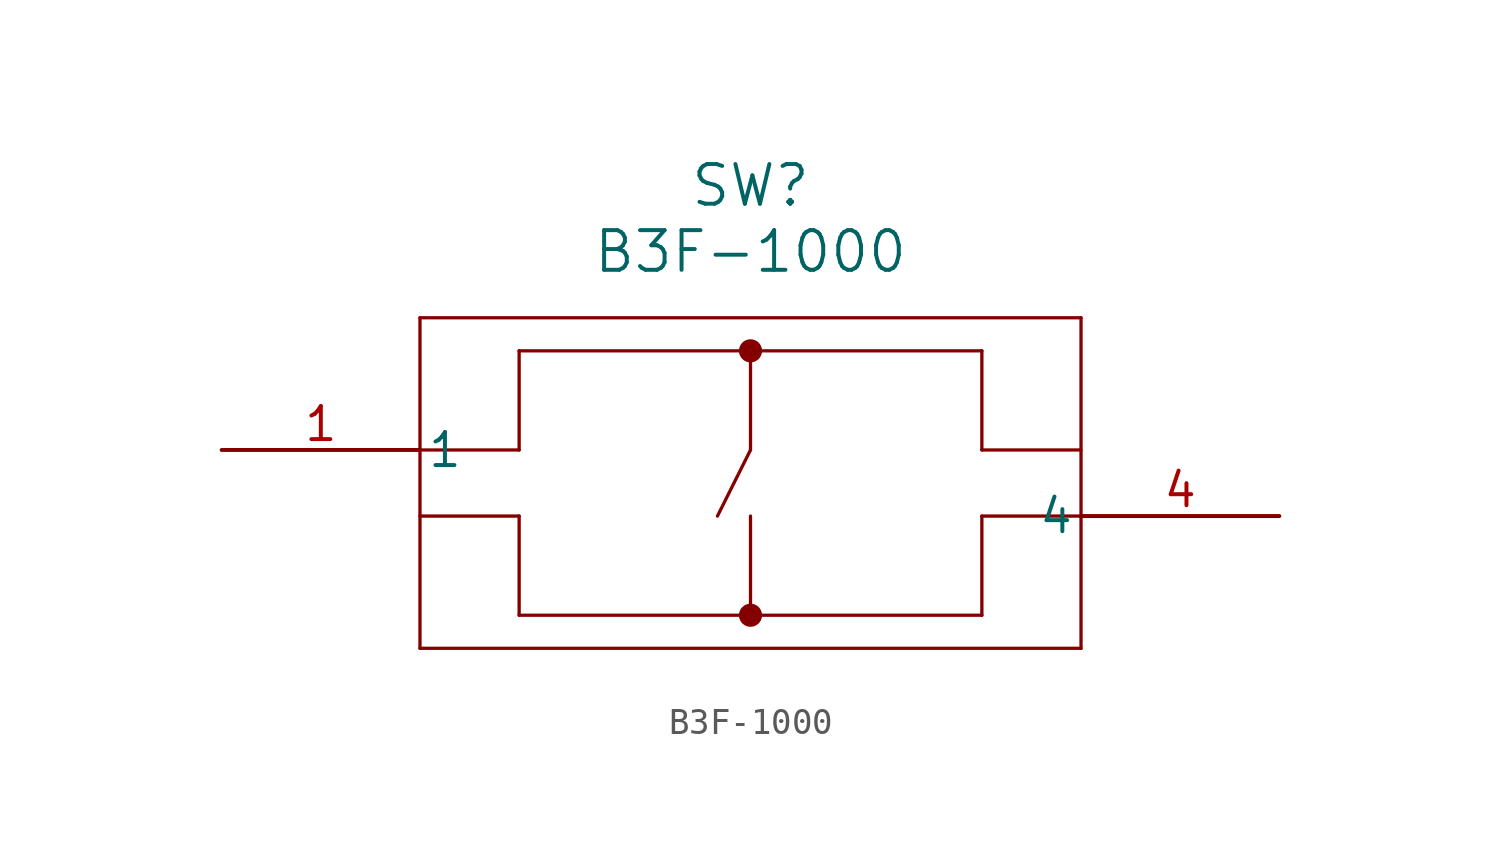
<source format=kicad_sym>
(kicad_symbol_lib
  (version 20211014)
  (generator kicad_symbol_editor)
  (symbol "B3F-1000"
    (pin_names
      (offset 0.254))
    (property "Reference" "SW"
      (at 20.32 10.16 0)
      (effects (font (size 1.524 1.524))))
    (property "Value" "B3F-1000"
      (at 20.32 7.62 0)
      (effects (font (size 1.524 1.524))))
    (symbol "B3F-1000_0_1"
      (polyline (pts (xy 7.62 5.08) (xy 7.62 -7.62)) (stroke (width 0.127) (type default) (color 0 0 0 0)) (fill (type none)))
      (polyline (pts (xy 7.62 -7.62) (xy 33.02 -7.62)) (stroke (width 0.127) (type default) (color 0 0 0 0)) (fill (type none)))
      (polyline (pts (xy 33.02 -7.62) (xy 33.02 5.08)) (stroke (width 0.127) (type default) (color 0 0 0 0)) (fill (type none)))
      (polyline (pts (xy 33.02 5.08) (xy 7.62 5.08)) (stroke (width 0.127) (type default) (color 0 0 0 0)) (fill (type none)))
      (polyline (pts (xy 7.62 0) (xy 11.43 0)) (stroke (width 0.127) (type default) (color 0 0 0 0)) (fill (type none)))
      (polyline (pts (xy 7.62 -2.54) (xy 11.43 -2.54)) (stroke (width 0.127) (type default) (color 0 0 0 0)) (fill (type none)))
      (polyline (pts (xy 33.02 0) (xy 29.21 0)) (stroke (width 0.127) (type default) (color 0 0 0 0)) (fill (type none)))
      (polyline (pts (xy 29.21 -2.54) (xy 33.02 -2.54)) (stroke (width 0.127) (type default) (color 0 0 0 0)) (fill (type none)))
      (polyline (pts (xy 29.21 0) (xy 29.21 3.81)) (stroke (width 0.127) (type default) (color 0 0 0 0)) (fill (type none)))
      (polyline (pts (xy 29.21 3.81) (xy 11.43 3.81)) (stroke (width 0.127) (type default) (color 0 0 0 0)) (fill (type none)))
      (polyline (pts (xy 11.43 0) (xy 11.43 3.81)) (stroke (width 0.127) (type default) (color 0 0 0 0)) (fill (type none)))
      (polyline (pts (xy 11.43 -2.54) (xy 11.43 -6.35)) (stroke (width 0.127) (type default) (color 0 0 0 0)) (fill (type none)))
      (polyline (pts (xy 11.43 -6.35) (xy 29.21 -6.35)) (stroke (width 0.127) (type default) (color 0 0 0 0)) (fill (type none)))
      (polyline (pts (xy 29.21 -6.35) (xy 29.21 -2.54)) (stroke (width 0.127) (type default) (color 0 0 0 0)) (fill (type none)))
      (circle (center 20.32 3.81) (radius 0.254) (stroke (width 0.381) (type default) (color 0 0 0 0)) (fill (type none)))
      (circle (center 20.32 -6.35) (radius 0.254) (stroke (width 0.381) (type default) (color 0 0 0 0)) (fill (type none)))
      (polyline (pts (xy 20.32 3.81) (xy 20.32 0)) (stroke (width 0.127) (type default) (color 0 0 0 0)) (fill (type none)))
      (polyline (pts (xy 20.32 -2.54) (xy 20.32 -6.35)) (stroke (width 0.127) (type default) (color 0 0 0 0)) (fill (type none)))
      (polyline (pts (xy 20.32 0) (xy 19.05 -2.54)) (stroke (width 0.127) (type default) (color 0 0 0 0)) (fill (type none)))
      (pin unspecified line (at 0 0 0) (length 7.62) (name "1" (effects (font (size 1.27 1.27)))) (number "1" (effects (font (size 1.27 1.27)))))
      (pin unspecified line (at 40.64 -2.54 180) (length 7.62) (name "4" (effects (font (size 1.27 1.27)))) (number "4" (effects (font (size 1.27 1.27))))))))
</source>
